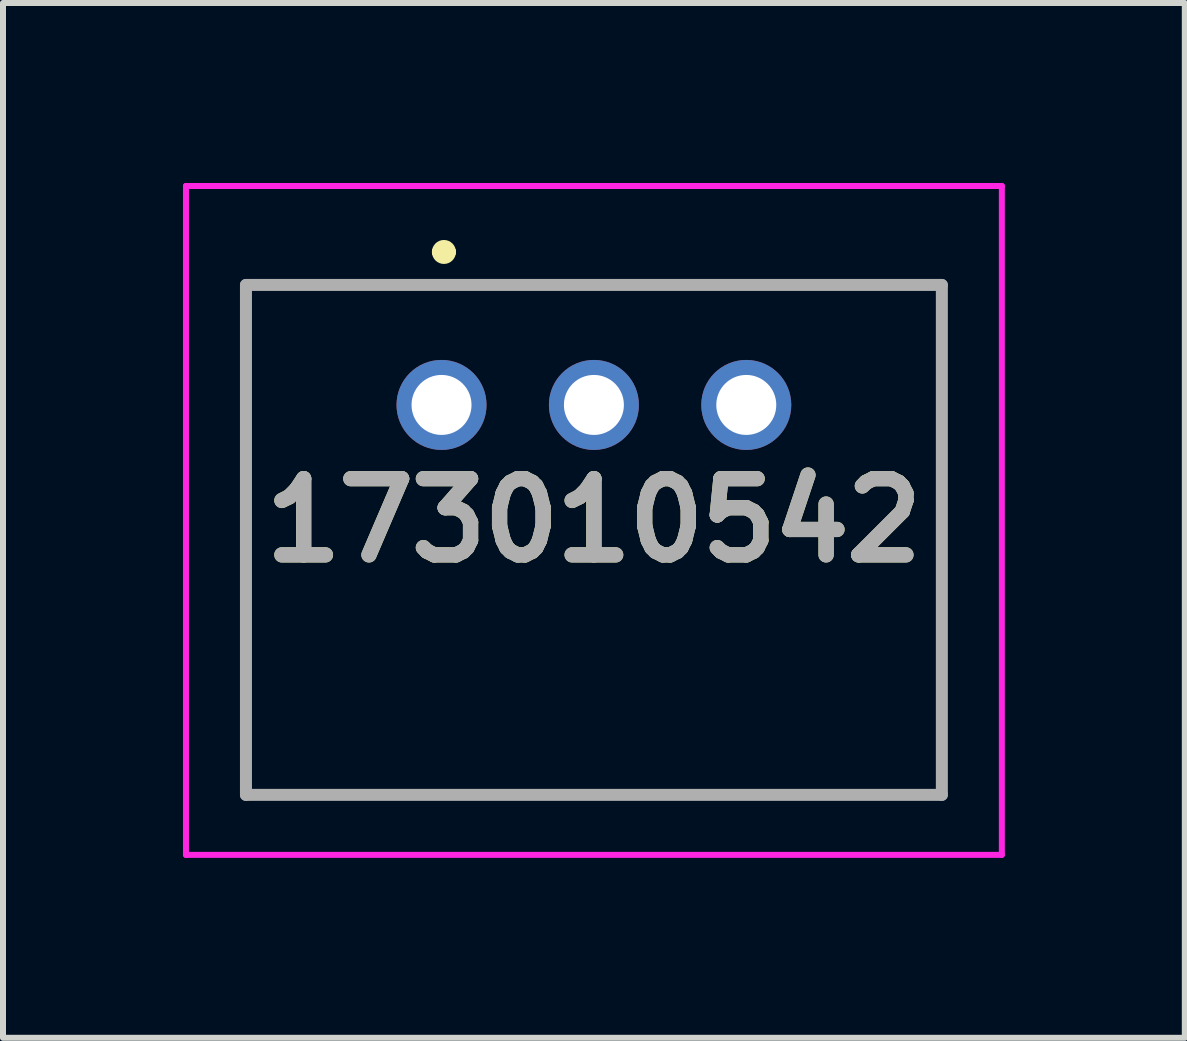
<source format=kicad_pcb>
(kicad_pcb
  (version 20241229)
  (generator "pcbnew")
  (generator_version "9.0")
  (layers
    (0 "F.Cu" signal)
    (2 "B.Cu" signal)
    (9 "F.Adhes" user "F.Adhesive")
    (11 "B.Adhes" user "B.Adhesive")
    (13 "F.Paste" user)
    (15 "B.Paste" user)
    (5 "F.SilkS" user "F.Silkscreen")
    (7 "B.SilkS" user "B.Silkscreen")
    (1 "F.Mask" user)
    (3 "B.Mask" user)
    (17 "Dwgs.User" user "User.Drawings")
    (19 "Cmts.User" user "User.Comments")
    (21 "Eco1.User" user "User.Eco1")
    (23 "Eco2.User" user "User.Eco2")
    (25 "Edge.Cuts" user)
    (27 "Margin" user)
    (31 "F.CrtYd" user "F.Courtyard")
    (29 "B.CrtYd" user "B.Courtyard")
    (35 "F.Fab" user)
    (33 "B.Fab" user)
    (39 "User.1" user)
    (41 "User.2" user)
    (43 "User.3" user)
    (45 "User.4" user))
  (footprint "173010542"
    (layer "F.Cu")
    (at 6.85 5.625)
    (property "Reference" "173010542" (at 0 0 0) (layer "F.SilkS") (effects (font (size 1.27 1.27) (thickness 0.254))))
    (attr through_hole)
    (fp_line (start -5.8 -3.925) (end 5.8 -3.925) (stroke (width 0.1) (type solid)) (layer "F.SilkS"))
    (fp_line (start -5.8 4.575) (end -5.8 -3.925) (stroke (width 0.1) (type solid)) (layer "F.SilkS"))
    (fp_line (start -2.6 -4.475) (end -2.6 -4.475) (stroke (width 0.2) (type solid)) (layer "F.SilkS"))
    (fp_line (start -2.4 -4.475) (end -2.4 -4.475) (stroke (width 0.2) (type solid)) (layer "F.SilkS"))
    (fp_line (start 5.8 -3.925) (end 5.8 4.575) (stroke (width 0.1) (type solid)) (layer "F.SilkS"))
    (fp_line (start 5.8 4.575) (end -5.8 4.575) (stroke (width 0.1) (type solid)) (layer "F.SilkS"))
    (fp_arc (start -2.6 -4.475) (mid -2.5 -4.575) (end -2.4 -4.475) (stroke (width 0.2) (type solid)) (layer "F.SilkS"))
    (fp_arc (start -2.4 -4.475) (mid -2.5 -4.375) (end -2.6 -4.475) (stroke (width 0.2) (type solid)) (layer "F.SilkS"))
    (fp_line (start -6.8 -5.575) (end 6.8 -5.575) (stroke (width 0.1) (type solid)) (layer "F.CrtYd"))
    (fp_line (start -6.8 5.575) (end -6.8 -5.575) (stroke (width 0.1) (type solid)) (layer "F.CrtYd"))
    (fp_line (start 6.8 -5.575) (end 6.8 5.575) (stroke (width 0.1) (type solid)) (layer "F.CrtYd"))
    (fp_line (start 6.8 5.575) (end -6.8 5.575) (stroke (width 0.1) (type solid)) (layer "F.CrtYd"))
    (fp_line (start -5.8 -3.925) (end 5.8 -3.925) (stroke (width 0.2) (type solid)) (layer "F.Fab"))
    (fp_line (start -5.8 4.575) (end -5.8 -3.925) (stroke (width 0.2) (type solid)) (layer "F.Fab"))
    (fp_line (start 5.8 -3.925) (end 5.8 4.575) (stroke (width 0.2) (type solid)) (layer "F.Fab"))
    (fp_line (start 5.8 4.575) (end -5.8 4.575) (stroke (width 0.2) (type solid)) (layer "F.Fab"))
    (fp_text user "${REFERENCE}" (at 0 0 0) (layer "F.Fab") (effects (font (size 1.27 1.27) (thickness 0.254))))
    (pad "1" thru_hole circle (at -2.54 -1.925) (size 1.5 1.5) (drill 1) (layers "*.Cu" "*.Mask"))
    (pad "2" thru_hole circle (at 0 -1.925) (size 1.5 1.5) (drill 1) (layers "*.Cu" "*.Mask"))
    (pad "3" thru_hole circle (at 2.54 -1.925) (size 1.5 1.5) (drill 1) (layers "*.Cu" "*.Mask")))
  (gr_rect
    (start -3 -3)
    (end 16.7 14.25)
    (stroke (width 0.1) (type default))
    (fill no)
    (layer "Edge.Cuts")))
</source>
